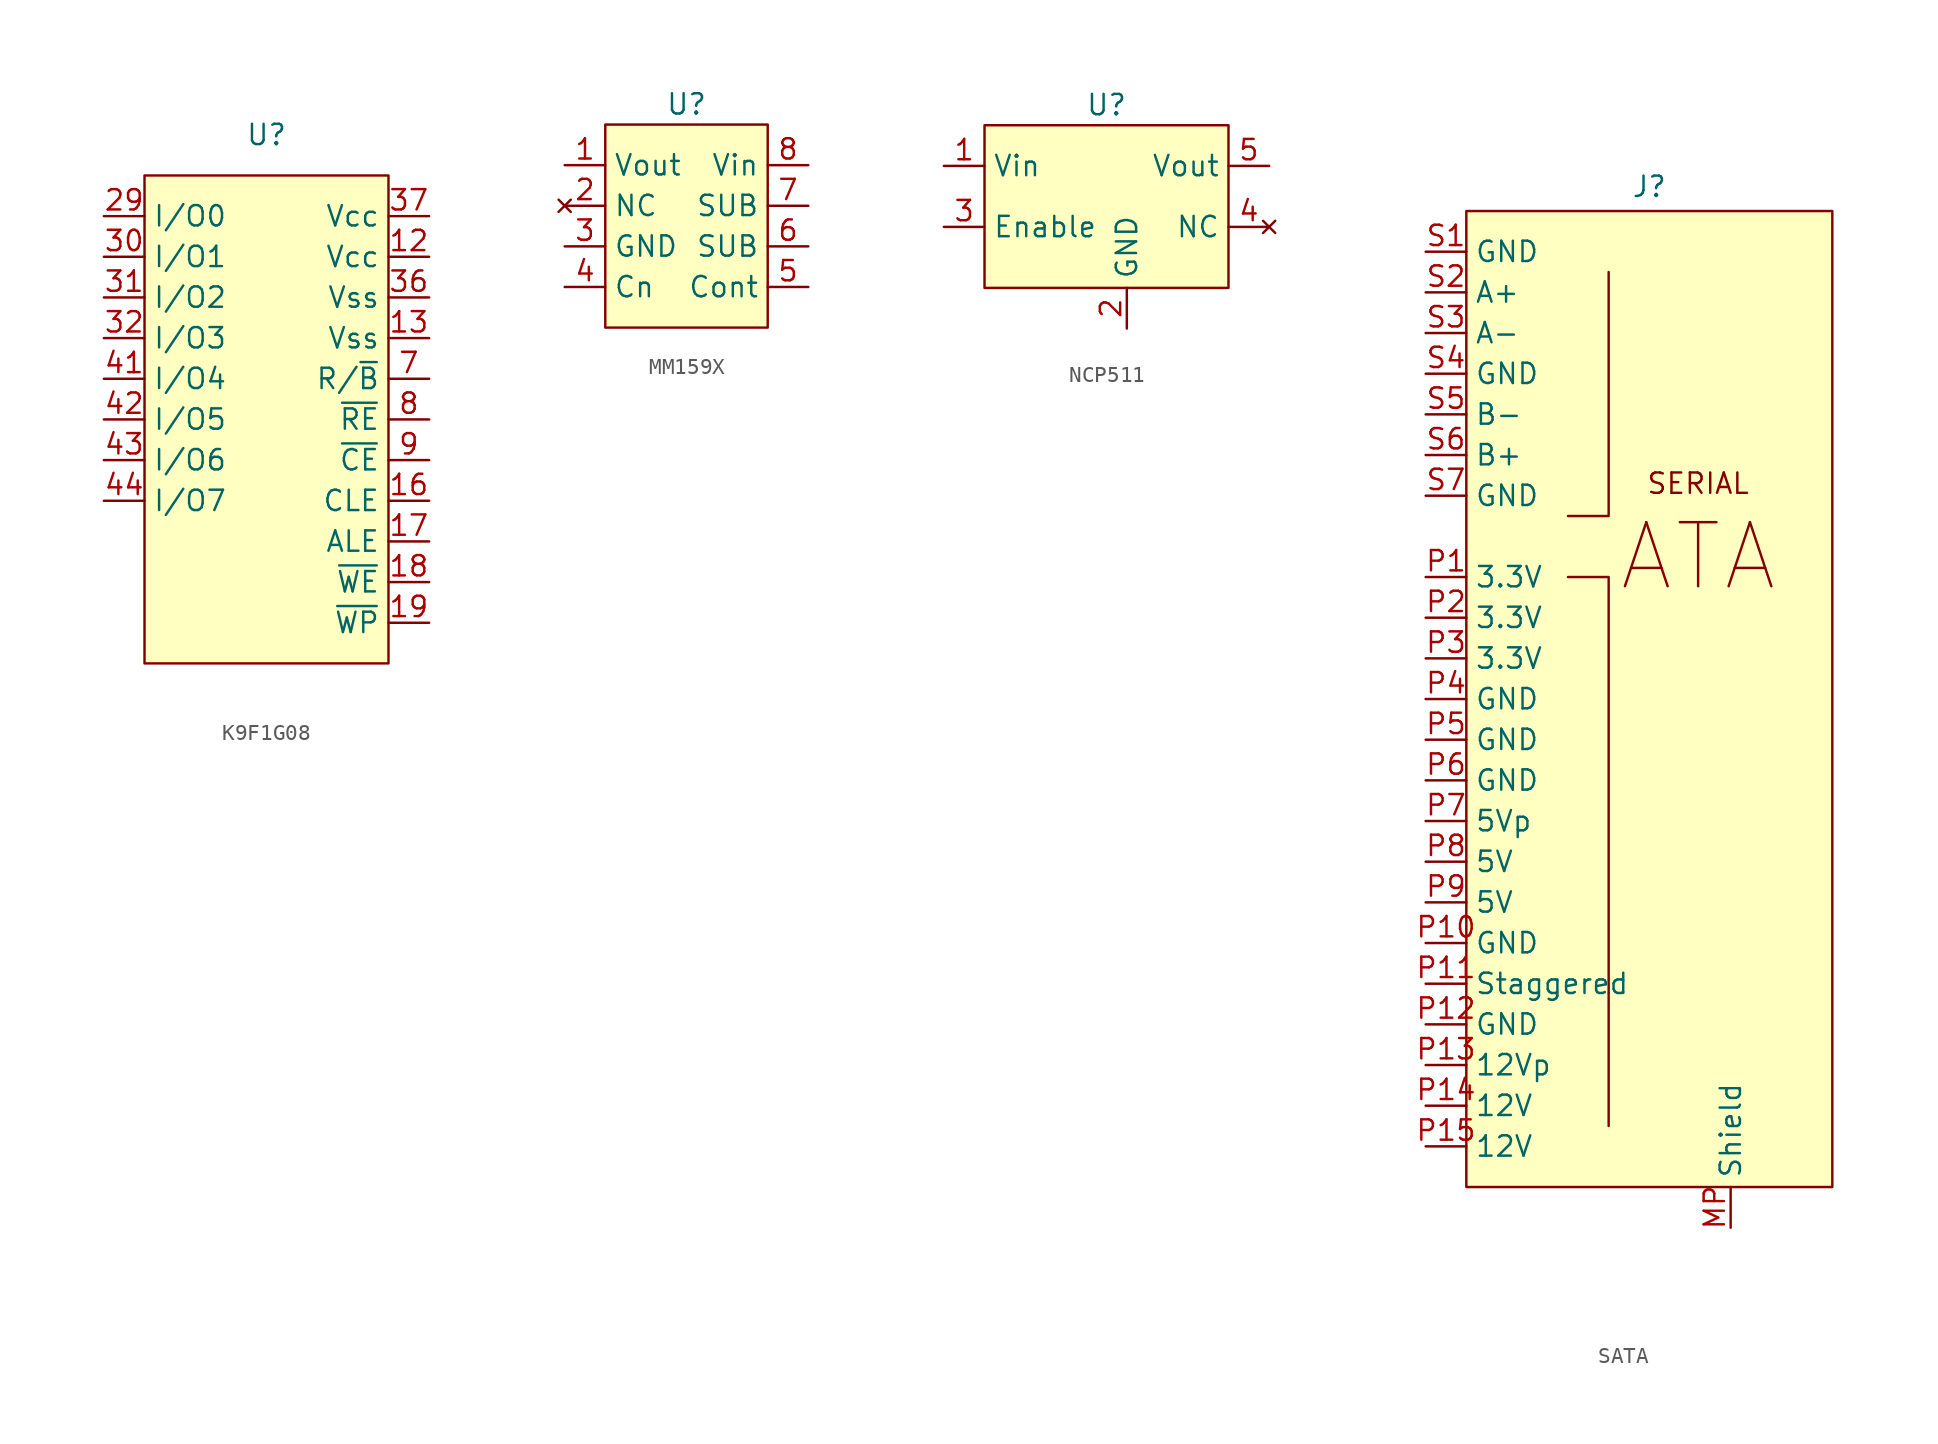
<source format=kicad_sym>
(kicad_symbol_lib
  (version 20231120)
  (generator "kicad_symbol_editor")
  (generator_version "8.0")
  (symbol "K9F1G08"
    (property "Reference" "U"
      (at 0 0 0)
      (effects (font (size 1.27 1.27))))
    (property "Value" ""
      (at 0 0 0)
      (effects (font (size 1.27 1.27))))
    (symbol "K9F1G08_1_1"
      (rectangle (start -7.62 -2.54) (end 7.62 -33.02) (stroke (width 0) (type default)) (fill (type background)))
      (pin no_connect line (at -10.16 -25.4 0) (length 2.54) hide (name "N.C" (effects (font (size 1.27 1.27)))) (number "1" (effects (font (size 1.27 1.27)))))
      (pin unspecified line (at -10.16 -27.94 0) (length 2.54) hide (name "DNU" (effects (font (size 1.27 1.27)))) (number "10" (effects (font (size 1.27 1.27)))))
      (pin no_connect line (at -10.16 -25.4 0) (length 2.54) hide (name "N.C" (effects (font (size 1.27 1.27)))) (number "11" (effects (font (size 1.27 1.27)))))
      (pin power_in line (at 10.16 -7.62 180) (length 2.54) (name "Vcc" (effects (font (size 1.27 1.27)))) (number "12" (effects (font (size 1.27 1.27)))))
      (pin power_in line (at 10.16 -12.7 180) (length 2.54) (name "Vss" (effects (font (size 1.27 1.27)))) (number "13" (effects (font (size 1.27 1.27)))))
      (pin no_connect line (at -10.16 -25.4 0) (length 2.54) hide (name "N.C" (effects (font (size 1.27 1.27)))) (number "14" (effects (font (size 1.27 1.27)))))
      (pin unspecified line (at -10.16 -27.94 0) (length 2.54) hide (name "DNU" (effects (font (size 1.27 1.27)))) (number "15" (effects (font (size 1.27 1.27)))))
      (pin unspecified line (at 10.16 -22.86 180) (length 2.54) (name "CLE" (effects (font (size 1.27 1.27)))) (number "16" (effects (font (size 1.27 1.27)))))
      (pin unspecified line (at 10.16 -25.4 180) (length 2.54) (name "ALE" (effects (font (size 1.27 1.27)))) (number "17" (effects (font (size 1.27 1.27)))))
      (pin unspecified line (at 10.16 -27.94 180) (length 2.54) (name "~{WE}" (effects (font (size 1.27 1.27)))) (number "18" (effects (font (size 1.27 1.27)))))
      (pin unspecified line (at 10.16 -30.48 180) (length 2.54) (name "~{WP}" (effects (font (size 1.27 1.27)))) (number "19" (effects (font (size 1.27 1.27)))))
      (pin no_connect line (at -10.16 -25.4 0) (length 2.54) hide (name "N.C" (effects (font (size 1.27 1.27)))) (number "2" (effects (font (size 1.27 1.27)))))
      (pin no_connect line (at -10.16 -25.4 0) (length 2.54) hide (name "N.C" (effects (font (size 1.27 1.27)))) (number "20" (effects (font (size 1.27 1.27)))))
      (pin no_connect line (at -10.16 -25.4 0) (length 2.54) hide (name "N.C" (effects (font (size 1.27 1.27)))) (number "21" (effects (font (size 1.27 1.27)))))
      (pin unspecified line (at -10.16 -27.94 0) (length 2.54) hide (name "DNU" (effects (font (size 1.27 1.27)))) (number "22" (effects (font (size 1.27 1.27)))))
      (pin no_connect line (at -10.16 -25.4 0) (length 2.54) hide (name "N.C" (effects (font (size 1.27 1.27)))) (number "23" (effects (font (size 1.27 1.27)))))
      (pin no_connect line (at -10.16 -25.4 0) (length 2.54) hide (name "N.C" (effects (font (size 1.27 1.27)))) (number "24" (effects (font (size 1.27 1.27)))))
      (pin no_connect line (at -10.16 -25.4 0) (length 2.54) hide (name "N.C" (effects (font (size 1.27 1.27)))) (number "25" (effects (font (size 1.27 1.27)))))
      (pin no_connect line (at -10.16 -25.4 0) (length 2.54) hide (name "N.C" (effects (font (size 1.27 1.27)))) (number "26" (effects (font (size 1.27 1.27)))))
      (pin unspecified line (at -10.16 -27.94 0) (length 2.54) hide (name "DNU" (effects (font (size 1.27 1.27)))) (number "27" (effects (font (size 1.27 1.27)))))
      (pin no_connect line (at -10.16 -25.4 0) (length 2.54) hide (name "N.C" (effects (font (size 1.27 1.27)))) (number "28" (effects (font (size 1.27 1.27)))))
      (pin bidirectional line (at -10.16 -5.08 0) (length 2.54) (name "I/O0" (effects (font (size 1.27 1.27)))) (number "29" (effects (font (size 1.27 1.27)))))
      (pin unspecified line (at -10.16 -27.94 0) (length 2.54) hide (name "DNU" (effects (font (size 1.27 1.27)))) (number "3" (effects (font (size 1.27 1.27)))))
      (pin bidirectional line (at -10.16 -7.62 0) (length 2.54) (name "I/O1" (effects (font (size 1.27 1.27)))) (number "30" (effects (font (size 1.27 1.27)))))
      (pin bidirectional line (at -10.16 -10.16 0) (length 2.54) (name "I/O2" (effects (font (size 1.27 1.27)))) (number "31" (effects (font (size 1.27 1.27)))))
      (pin bidirectional line (at -10.16 -12.7 0) (length 2.54) (name "I/O3" (effects (font (size 1.27 1.27)))) (number "32" (effects (font (size 1.27 1.27)))))
      (pin no_connect line (at -10.16 -25.4 0) (length 2.54) hide (name "N.C" (effects (font (size 1.27 1.27)))) (number "33" (effects (font (size 1.27 1.27)))))
      (pin unspecified line (at -10.16 -27.94 0) (length 2.54) hide (name "DNU" (effects (font (size 1.27 1.27)))) (number "34" (effects (font (size 1.27 1.27)))))
      (pin no_connect line (at -10.16 -25.4 0) (length 2.54) hide (name "N.C" (effects (font (size 1.27 1.27)))) (number "35" (effects (font (size 1.27 1.27)))))
      (pin power_in line (at 10.16 -10.16 180) (length 2.54) (name "Vss" (effects (font (size 1.27 1.27)))) (number "36" (effects (font (size 1.27 1.27)))))
      (pin power_in line (at 10.16 -5.08 180) (length 2.54) (name "Vcc" (effects (font (size 1.27 1.27)))) (number "37" (effects (font (size 1.27 1.27)))))
      (pin no_connect line (at -10.16 -25.4 0) (length 2.54) hide (name "N.C" (effects (font (size 1.27 1.27)))) (number "38" (effects (font (size 1.27 1.27)))))
      (pin unspecified line (at -10.16 -27.94 0) (length 2.54) hide (name "DNU" (effects (font (size 1.27 1.27)))) (number "39" (effects (font (size 1.27 1.27)))))
      (pin no_connect line (at -10.16 -25.4 0) (length 2.54) hide (name "N.C" (effects (font (size 1.27 1.27)))) (number "4" (effects (font (size 1.27 1.27)))))
      (pin no_connect line (at -10.16 -25.4 0) (length 2.54) hide (name "N.C" (effects (font (size 1.27 1.27)))) (number "40" (effects (font (size 1.27 1.27)))))
      (pin bidirectional line (at -10.16 -15.24 0) (length 2.54) (name "I/O4" (effects (font (size 1.27 1.27)))) (number "41" (effects (font (size 1.27 1.27)))))
      (pin bidirectional line (at -10.16 -17.78 0) (length 2.54) (name "I/O5" (effects (font (size 1.27 1.27)))) (number "42" (effects (font (size 1.27 1.27)))))
      (pin bidirectional line (at -10.16 -20.32 0) (length 2.54) (name "I/O6" (effects (font (size 1.27 1.27)))) (number "43" (effects (font (size 1.27 1.27)))))
      (pin bidirectional line (at -10.16 -22.86 0) (length 2.54) (name "I/O7" (effects (font (size 1.27 1.27)))) (number "44" (effects (font (size 1.27 1.27)))))
      (pin no_connect line (at -10.16 -25.4 0) (length 2.54) hide (name "N.C" (effects (font (size 1.27 1.27)))) (number "45" (effects (font (size 1.27 1.27)))))
      (pin unspecified line (at -10.16 -27.94 0) (length 2.54) hide (name "DNU" (effects (font (size 1.27 1.27)))) (number "46" (effects (font (size 1.27 1.27)))))
      (pin no_connect line (at -10.16 -25.4 0) (length 2.54) hide (name "N.C" (effects (font (size 1.27 1.27)))) (number "47" (effects (font (size 1.27 1.27)))))
      (pin no_connect line (at -10.16 -25.4 0) (length 2.54) hide (name "N.C" (effects (font (size 1.27 1.27)))) (number "48" (effects (font (size 1.27 1.27)))))
      (pin no_connect line (at -10.16 -25.4 0) (length 2.54) hide (name "N.C" (effects (font (size 1.27 1.27)))) (number "5" (effects (font (size 1.27 1.27)))))
      (pin no_connect line (at -10.16 -25.4 0) (length 2.54) hide (name "N.C" (effects (font (size 1.27 1.27)))) (number "6" (effects (font (size 1.27 1.27)))))
      (pin unspecified line (at 10.16 -15.24 180) (length 2.54) (name "R/~{B}" (effects (font (size 1.27 1.27)))) (number "7" (effects (font (size 1.27 1.27)))))
      (pin unspecified line (at 10.16 -17.78 180) (length 2.54) (name "~{RE}" (effects (font (size 1.27 1.27)))) (number "8" (effects (font (size 1.27 1.27)))))
      (pin unspecified line (at 10.16 -20.32 180) (length 2.54) (name "~{CE}" (effects (font (size 1.27 1.27)))) (number "9" (effects (font (size 1.27 1.27)))))))
  (symbol "MM159X"
    (property "Reference" "U"
      (at 0 0 0)
      (effects (font (size 1.27 1.27))))
    (property "Value" ""
      (at -7.62 -3.81 0)
      (effects (font (size 1.27 1.27))))
    (symbol "MM159X_0_0"
      (pin power_out line (at -7.62 -3.81 0) (length 2.54) (name "Vout" (effects (font (size 1.27 1.27)))) (number "1" (effects (font (size 1.27 1.27)))))
      (pin no_connect line (at -7.62 -6.35 0) (length 2.54) (name "NC" (effects (font (size 1.27 1.27)))) (number "2" (effects (font (size 1.27 1.27)))))
      (pin power_in line (at -7.62 -8.89 0) (length 2.54) (name "GND" (effects (font (size 1.27 1.27)))) (number "3" (effects (font (size 1.27 1.27)))))
      (pin unspecified line (at -7.62 -11.43 0) (length 2.54) (name "Cn" (effects (font (size 1.27 1.27)))) (number "4" (effects (font (size 1.27 1.27)))))
      (pin input line (at 7.62 -11.43 180) (length 2.54) (name "Cont" (effects (font (size 1.27 1.27)))) (number "5" (effects (font (size 1.27 1.27)))))
      (pin power_in line (at 7.62 -3.81 180) (length 2.54) (name "Vin" (effects (font (size 1.27 1.27)))) (number "8" (effects (font (size 1.27 1.27))))))
    (symbol "MM159X_1_0"
      (pin unspecified line (at 7.62 -8.89 180) (length 2.54) (name "SUB" (effects (font (size 1.27 1.27)))) (number "6" (effects (font (size 1.27 1.27)))))
      (pin unspecified line (at 7.62 -6.35 180) (length 2.54) (name "SUB" (effects (font (size 1.27 1.27)))) (number "7" (effects (font (size 1.27 1.27))))))
    (symbol "MM159X_1_1"
      (rectangle (start -5.08 -1.27) (end 5.08 -13.97) (stroke (width 0) (type default)) (fill (type background)))))
  (symbol "NCP511"
    (property "Reference" "U"
      (at 0 0 0)
      (effects (font (size 1.27 1.27))))
    (property "Value" ""
      (at 0 0 0)
      (effects (font (size 1.27 1.27))))
    (symbol "NCP511_1_0"
      (pin power_in line (at -10.16 -3.81 0) (length 2.54) (name "Vin" (effects (font (size 1.27 1.27)))) (number "1" (effects (font (size 1.27 1.27)))))
      (pin power_in line (at 1.27 -13.97 90) (length 2.54) (name "GND" (effects (font (size 1.27 1.27)))) (number "2" (effects (font (size 1.27 1.27)))))
      (pin input line (at -10.16 -7.62 0) (length 2.54) (name "Enable" (effects (font (size 1.27 1.27)))) (number "3" (effects (font (size 1.27 1.27)))))
      (pin no_connect line (at 10.16 -7.62 180) (length 2.54) (name "NC" (effects (font (size 1.27 1.27)))) (number "4" (effects (font (size 1.27 1.27)))))
      (pin power_out line (at 10.16 -3.81 180) (length 2.54) (name "Vout" (effects (font (size 1.27 1.27)))) (number "5" (effects (font (size 1.27 1.27))))))
    (symbol "NCP511_1_1"
      (rectangle (start -7.62 -1.27) (end 7.62 -11.43) (stroke (width 0) (type default)) (fill (type background)))))
  (symbol "SATA"
    (property "Reference" "J"
      (at 11.43 0.254 0)
      (effects (font (size 1.27 1.27))))
    (property "Value" ""
      (at 0 0 0)
      (effects (font (size 1.27 1.27))))
    (symbol "SATA_1_1"
      (rectangle (start 0 -1.27) (end 22.86 -62.23) (stroke (width 0) (type default)) (fill (type background)))
      (polyline (pts (xy 6.35 -24.13) (xy 8.89 -24.13) (xy 8.89 -58.42)) (stroke (width 0) (type default)) (fill (type none)))
      (polyline (pts (xy 8.89 -5.08) (xy 8.89 -20.32) (xy 6.35 -20.32)) (stroke (width 0) (type default)) (fill (type none)))
      (text "ATA" (at 14.478 -22.86 0) (effects (font (size 4 4))))
      (text "SERIAL" (at 14.478 -18.288 0) (effects (font (size 1.27 1.27))))
      (pin no_connect line (at -2.54 -21.59 0) (length 2.54) hide (name "KEY" (effects (font (size 1.27 1.27)))) (number "" (effects (font (size 1.27 1.27)))))
      (pin unspecified line (at 16.51 -64.77 90) (length 2.54) (name "Shield" (effects (font (size 1.27 1.27)))) (number "MP" (effects (font (size 1.27 1.27)))))
      (pin power_in line (at -2.54 -24.13 0) (length 2.54) (name "3.3V" (effects (font (size 1.27 1.27)))) (number "P1" (effects (font (size 1.27 1.27)))))
      (pin power_in line (at -2.54 -46.99 0) (length 2.54) (name "GND" (effects (font (size 1.27 1.27)))) (number "P10" (effects (font (size 1.27 1.27)))))
      (pin input line (at -2.54 -49.53 0) (length 2.54) (name "Staggered" (effects (font (size 1.27 1.27)))) (number "P11" (effects (font (size 1.27 1.27)))))
      (pin power_in line (at -2.54 -52.07 0) (length 2.54) (name "GND" (effects (font (size 1.27 1.27)))) (number "P12" (effects (font (size 1.27 1.27)))))
      (pin power_in line (at -2.54 -54.61 0) (length 2.54) (name "12Vp" (effects (font (size 1.27 1.27)))) (number "P13" (effects (font (size 1.27 1.27)))))
      (pin power_in line (at -2.54 -57.15 0) (length 2.54) (name "12V" (effects (font (size 1.27 1.27)))) (number "P14" (effects (font (size 1.27 1.27)))))
      (pin power_in line (at -2.54 -59.69 0) (length 2.54) (name "12V" (effects (font (size 1.27 1.27)))) (number "P15" (effects (font (size 1.27 1.27)))))
      (pin power_in line (at -2.54 -26.67 0) (length 2.54) (name "3.3V" (effects (font (size 1.27 1.27)))) (number "P2" (effects (font (size 1.27 1.27)))))
      (pin power_in line (at -2.54 -29.21 0) (length 2.54) (name "3.3V" (effects (font (size 1.27 1.27)))) (number "P3" (effects (font (size 1.27 1.27)))))
      (pin power_in line (at -2.54 -31.75 0) (length 2.54) (name "GND" (effects (font (size 1.27 1.27)))) (number "P4" (effects (font (size 1.27 1.27)))))
      (pin power_in line (at -2.54 -34.29 0) (length 2.54) (name "GND" (effects (font (size 1.27 1.27)))) (number "P5" (effects (font (size 1.27 1.27)))))
      (pin power_in line (at -2.54 -36.83 0) (length 2.54) (name "GND" (effects (font (size 1.27 1.27)))) (number "P6" (effects (font (size 1.27 1.27)))))
      (pin power_in line (at -2.54 -39.37 0) (length 2.54) (name "5Vp" (effects (font (size 1.27 1.27)))) (number "P7" (effects (font (size 1.27 1.27)))))
      (pin power_in line (at -2.54 -41.91 0) (length 2.54) (name "5V" (effects (font (size 1.27 1.27)))) (number "P8" (effects (font (size 1.27 1.27)))))
      (pin power_in line (at -2.54 -44.45 0) (length 2.54) (name "5V" (effects (font (size 1.27 1.27)))) (number "P9" (effects (font (size 1.27 1.27)))))
      (pin power_in line (at -2.54 -3.81 0) (length 2.54) (name "GND" (effects (font (size 1.27 1.27)))) (number "S1" (effects (font (size 1.27 1.27)))))
      (pin input line (at -2.54 -6.35 0) (length 2.54) (name "A+" (effects (font (size 1.27 1.27)))) (number "S2" (effects (font (size 1.27 1.27)))))
      (pin input line (at -2.54 -8.89 0) (length 2.54) (name "A-" (effects (font (size 1.27 1.27)))) (number "S3" (effects (font (size 1.27 1.27)))))
      (pin power_in line (at -2.54 -11.43 0) (length 2.54) (name "GND" (effects (font (size 1.27 1.27)))) (number "S4" (effects (font (size 1.27 1.27)))))
      (pin output line (at -2.54 -13.97 0) (length 2.54) (name "B-" (effects (font (size 1.27 1.27)))) (number "S5" (effects (font (size 1.27 1.27)))))
      (pin output line (at -2.54 -16.51 0) (length 2.54) (name "B+" (effects (font (size 1.27 1.27)))) (number "S6" (effects (font (size 1.27 1.27)))))
      (pin power_in line (at -2.54 -19.05 0) (length 2.54) (name "GND" (effects (font (size 1.27 1.27)))) (number "S7" (effects (font (size 1.27 1.27))))))))
</source>
